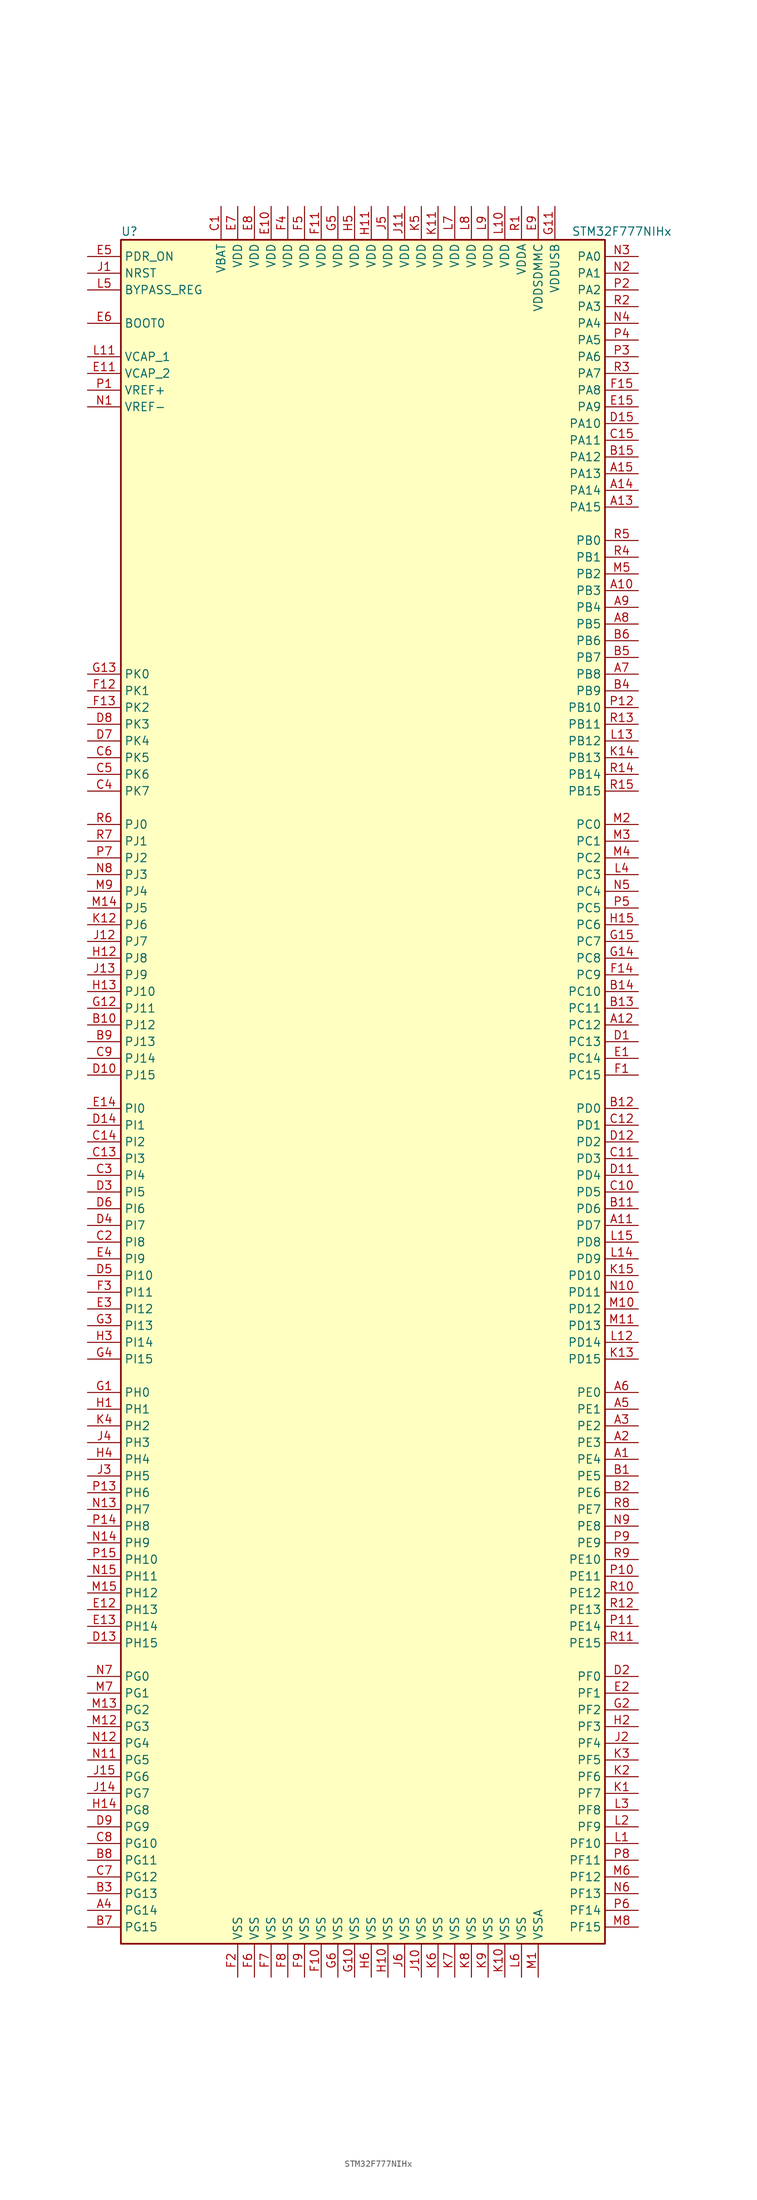
<source format=kicad_sym>
(kicad_symbol_lib
  (version 20201005)
  (generator kicad_symbol_editor)
  (symbol "STM32F777NIHx"
    (property "Reference" "U"
      (at -38.1 130.81 0)
      (effects (font (size 1.27 1.27)) (justify left)))
    (property "Value" "STM32F777NIHx"
      (at 30.48 130.81 0)
      (effects (font (size 1.27 1.27)) (justify left)))
    (symbol "STM32F777NIHx_0_1"
      (rectangle (start -38.1 -129.54) (end 35.56 129.54) (stroke (width 0.254)) (fill (type background))))
    (symbol "STM32F777NIHx_1_1"
      (pin bidirectional line (at 40.64 -55.88 180) (length 5.08) (name "PE4" (effects (font (size 1.27 1.27)))) (number "A1" (effects (font (size 1.27 1.27)))))
      (pin bidirectional line (at 40.64 76.2 180) (length 5.08) (name "PB3" (effects (font (size 1.27 1.27)))) (number "A10" (effects (font (size 1.27 1.27)))))
      (pin bidirectional line (at 40.64 -20.32 180) (length 5.08) (name "PD7" (effects (font (size 1.27 1.27)))) (number "A11" (effects (font (size 1.27 1.27)))))
      (pin bidirectional line (at 40.64 10.16 180) (length 5.08) (name "PC12" (effects (font (size 1.27 1.27)))) (number "A12" (effects (font (size 1.27 1.27)))))
      (pin bidirectional line (at 40.64 88.9 180) (length 5.08) (name "PA15" (effects (font (size 1.27 1.27)))) (number "A13" (effects (font (size 1.27 1.27)))))
      (pin bidirectional line (at 40.64 91.44 180) (length 5.08) (name "PA14" (effects (font (size 1.27 1.27)))) (number "A14" (effects (font (size 1.27 1.27)))))
      (pin bidirectional line (at 40.64 93.98 180) (length 5.08) (name "PA13" (effects (font (size 1.27 1.27)))) (number "A15" (effects (font (size 1.27 1.27)))))
      (pin bidirectional line (at 40.64 -53.34 180) (length 5.08) (name "PE3" (effects (font (size 1.27 1.27)))) (number "A2" (effects (font (size 1.27 1.27)))))
      (pin bidirectional line (at 40.64 -50.8 180) (length 5.08) (name "PE2" (effects (font (size 1.27 1.27)))) (number "A3" (effects (font (size 1.27 1.27)))))
      (pin bidirectional line (at -43.18 -124.46 0) (length 5.08) (name "PG14" (effects (font (size 1.27 1.27)))) (number "A4" (effects (font (size 1.27 1.27)))))
      (pin bidirectional line (at 40.64 -48.26 180) (length 5.08) (name "PE1" (effects (font (size 1.27 1.27)))) (number "A5" (effects (font (size 1.27 1.27)))))
      (pin bidirectional line (at 40.64 -45.72 180) (length 5.08) (name "PE0" (effects (font (size 1.27 1.27)))) (number "A6" (effects (font (size 1.27 1.27)))))
      (pin bidirectional line (at 40.64 63.5 180) (length 5.08) (name "PB8" (effects (font (size 1.27 1.27)))) (number "A7" (effects (font (size 1.27 1.27)))))
      (pin bidirectional line (at 40.64 71.12 180) (length 5.08) (name "PB5" (effects (font (size 1.27 1.27)))) (number "A8" (effects (font (size 1.27 1.27)))))
      (pin bidirectional line (at 40.64 73.66 180) (length 5.08) (name "PB4" (effects (font (size 1.27 1.27)))) (number "A9" (effects (font (size 1.27 1.27)))))
      (pin bidirectional line (at 40.64 -58.42 180) (length 5.08) (name "PE5" (effects (font (size 1.27 1.27)))) (number "B1" (effects (font (size 1.27 1.27)))))
      (pin bidirectional line (at -43.18 10.16 0) (length 5.08) (name "PJ12" (effects (font (size 1.27 1.27)))) (number "B10" (effects (font (size 1.27 1.27)))))
      (pin bidirectional line (at 40.64 -17.78 180) (length 5.08) (name "PD6" (effects (font (size 1.27 1.27)))) (number "B11" (effects (font (size 1.27 1.27)))))
      (pin bidirectional line (at 40.64 -2.54 180) (length 5.08) (name "PD0" (effects (font (size 1.27 1.27)))) (number "B12" (effects (font (size 1.27 1.27)))))
      (pin bidirectional line (at 40.64 12.7 180) (length 5.08) (name "PC11" (effects (font (size 1.27 1.27)))) (number "B13" (effects (font (size 1.27 1.27)))))
      (pin bidirectional line (at 40.64 15.24 180) (length 5.08) (name "PC10" (effects (font (size 1.27 1.27)))) (number "B14" (effects (font (size 1.27 1.27)))))
      (pin bidirectional line (at 40.64 96.52 180) (length 5.08) (name "PA12" (effects (font (size 1.27 1.27)))) (number "B15" (effects (font (size 1.27 1.27)))))
      (pin bidirectional line (at 40.64 -60.96 180) (length 5.08) (name "PE6" (effects (font (size 1.27 1.27)))) (number "B2" (effects (font (size 1.27 1.27)))))
      (pin bidirectional line (at -43.18 -121.92 0) (length 5.08) (name "PG13" (effects (font (size 1.27 1.27)))) (number "B3" (effects (font (size 1.27 1.27)))))
      (pin bidirectional line (at 40.64 60.96 180) (length 5.08) (name "PB9" (effects (font (size 1.27 1.27)))) (number "B4" (effects (font (size 1.27 1.27)))))
      (pin bidirectional line (at 40.64 66.04 180) (length 5.08) (name "PB7" (effects (font (size 1.27 1.27)))) (number "B5" (effects (font (size 1.27 1.27)))))
      (pin bidirectional line (at 40.64 68.58 180) (length 5.08) (name "PB6" (effects (font (size 1.27 1.27)))) (number "B6" (effects (font (size 1.27 1.27)))))
      (pin bidirectional line (at -43.18 -127 0) (length 5.08) (name "PG15" (effects (font (size 1.27 1.27)))) (number "B7" (effects (font (size 1.27 1.27)))))
      (pin bidirectional line (at -43.18 -116.84 0) (length 5.08) (name "PG11" (effects (font (size 1.27 1.27)))) (number "B8" (effects (font (size 1.27 1.27)))))
      (pin bidirectional line (at -43.18 7.62 0) (length 5.08) (name "PJ13" (effects (font (size 1.27 1.27)))) (number "B9" (effects (font (size 1.27 1.27)))))
      (pin power_in line (at -22.86 134.62 270) (length 5.08) (name "VBAT" (effects (font (size 1.27 1.27)))) (number "C1" (effects (font (size 1.27 1.27)))))
      (pin bidirectional line (at 40.64 -15.24 180) (length 5.08) (name "PD5" (effects (font (size 1.27 1.27)))) (number "C10" (effects (font (size 1.27 1.27)))))
      (pin bidirectional line (at 40.64 -10.16 180) (length 5.08) (name "PD3" (effects (font (size 1.27 1.27)))) (number "C11" (effects (font (size 1.27 1.27)))))
      (pin bidirectional line (at 40.64 -5.08 180) (length 5.08) (name "PD1" (effects (font (size 1.27 1.27)))) (number "C12" (effects (font (size 1.27 1.27)))))
      (pin bidirectional line (at -43.18 -10.16 0) (length 5.08) (name "PI3" (effects (font (size 1.27 1.27)))) (number "C13" (effects (font (size 1.27 1.27)))))
      (pin bidirectional line (at -43.18 -7.62 0) (length 5.08) (name "PI2" (effects (font (size 1.27 1.27)))) (number "C14" (effects (font (size 1.27 1.27)))))
      (pin bidirectional line (at 40.64 99.06 180) (length 5.08) (name "PA11" (effects (font (size 1.27 1.27)))) (number "C15" (effects (font (size 1.27 1.27)))))
      (pin bidirectional line (at -43.18 -22.86 0) (length 5.08) (name "PI8" (effects (font (size 1.27 1.27)))) (number "C2" (effects (font (size 1.27 1.27)))))
      (pin bidirectional line (at -43.18 -12.7 0) (length 5.08) (name "PI4" (effects (font (size 1.27 1.27)))) (number "C3" (effects (font (size 1.27 1.27)))))
      (pin bidirectional line (at -43.18 45.72 0) (length 5.08) (name "PK7" (effects (font (size 1.27 1.27)))) (number "C4" (effects (font (size 1.27 1.27)))))
      (pin bidirectional line (at -43.18 48.26 0) (length 5.08) (name "PK6" (effects (font (size 1.27 1.27)))) (number "C5" (effects (font (size 1.27 1.27)))))
      (pin bidirectional line (at -43.18 50.8 0) (length 5.08) (name "PK5" (effects (font (size 1.27 1.27)))) (number "C6" (effects (font (size 1.27 1.27)))))
      (pin bidirectional line (at -43.18 -119.38 0) (length 5.08) (name "PG12" (effects (font (size 1.27 1.27)))) (number "C7" (effects (font (size 1.27 1.27)))))
      (pin bidirectional line (at -43.18 -114.3 0) (length 5.08) (name "PG10" (effects (font (size 1.27 1.27)))) (number "C8" (effects (font (size 1.27 1.27)))))
      (pin bidirectional line (at -43.18 5.08 0) (length 5.08) (name "PJ14" (effects (font (size 1.27 1.27)))) (number "C9" (effects (font (size 1.27 1.27)))))
      (pin bidirectional line (at 40.64 7.62 180) (length 5.08) (name "PC13" (effects (font (size 1.27 1.27)))) (number "D1" (effects (font (size 1.27 1.27)))))
      (pin bidirectional line (at -43.18 2.54 0) (length 5.08) (name "PJ15" (effects (font (size 1.27 1.27)))) (number "D10" (effects (font (size 1.27 1.27)))))
      (pin bidirectional line (at 40.64 -12.7 180) (length 5.08) (name "PD4" (effects (font (size 1.27 1.27)))) (number "D11" (effects (font (size 1.27 1.27)))))
      (pin bidirectional line (at 40.64 -7.62 180) (length 5.08) (name "PD2" (effects (font (size 1.27 1.27)))) (number "D12" (effects (font (size 1.27 1.27)))))
      (pin bidirectional line (at -43.18 -83.82 0) (length 5.08) (name "PH15" (effects (font (size 1.27 1.27)))) (number "D13" (effects (font (size 1.27 1.27)))))
      (pin bidirectional line (at -43.18 -5.08 0) (length 5.08) (name "PI1" (effects (font (size 1.27 1.27)))) (number "D14" (effects (font (size 1.27 1.27)))))
      (pin bidirectional line (at 40.64 101.6 180) (length 5.08) (name "PA10" (effects (font (size 1.27 1.27)))) (number "D15" (effects (font (size 1.27 1.27)))))
      (pin bidirectional line (at 40.64 -88.9 180) (length 5.08) (name "PF0" (effects (font (size 1.27 1.27)))) (number "D2" (effects (font (size 1.27 1.27)))))
      (pin bidirectional line (at -43.18 -15.24 0) (length 5.08) (name "PI5" (effects (font (size 1.27 1.27)))) (number "D3" (effects (font (size 1.27 1.27)))))
      (pin bidirectional line (at -43.18 -20.32 0) (length 5.08) (name "PI7" (effects (font (size 1.27 1.27)))) (number "D4" (effects (font (size 1.27 1.27)))))
      (pin bidirectional line (at -43.18 -27.94 0) (length 5.08) (name "PI10" (effects (font (size 1.27 1.27)))) (number "D5" (effects (font (size 1.27 1.27)))))
      (pin bidirectional line (at -43.18 -17.78 0) (length 5.08) (name "PI6" (effects (font (size 1.27 1.27)))) (number "D6" (effects (font (size 1.27 1.27)))))
      (pin bidirectional line (at -43.18 53.34 0) (length 5.08) (name "PK4" (effects (font (size 1.27 1.27)))) (number "D7" (effects (font (size 1.27 1.27)))))
      (pin bidirectional line (at -43.18 55.88 0) (length 5.08) (name "PK3" (effects (font (size 1.27 1.27)))) (number "D8" (effects (font (size 1.27 1.27)))))
      (pin bidirectional line (at -43.18 -111.76 0) (length 5.08) (name "PG9" (effects (font (size 1.27 1.27)))) (number "D9" (effects (font (size 1.27 1.27)))))
      (pin bidirectional line (at 40.64 5.08 180) (length 5.08) (name "PC14" (effects (font (size 1.27 1.27)))) (number "E1" (effects (font (size 1.27 1.27)))))
      (pin power_in line (at -15.24 134.62 270) (length 5.08) (name "VDD" (effects (font (size 1.27 1.27)))) (number "E10" (effects (font (size 1.27 1.27)))))
      (pin power_in line (at -43.18 109.22 0) (length 5.08) (name "VCAP_2" (effects (font (size 1.27 1.27)))) (number "E11" (effects (font (size 1.27 1.27)))))
      (pin bidirectional line (at -43.18 -78.74 0) (length 5.08) (name "PH13" (effects (font (size 1.27 1.27)))) (number "E12" (effects (font (size 1.27 1.27)))))
      (pin bidirectional line (at -43.18 -81.28 0) (length 5.08) (name "PH14" (effects (font (size 1.27 1.27)))) (number "E13" (effects (font (size 1.27 1.27)))))
      (pin bidirectional line (at -43.18 -2.54 0) (length 5.08) (name "PI0" (effects (font (size 1.27 1.27)))) (number "E14" (effects (font (size 1.27 1.27)))))
      (pin bidirectional line (at 40.64 104.14 180) (length 5.08) (name "PA9" (effects (font (size 1.27 1.27)))) (number "E15" (effects (font (size 1.27 1.27)))))
      (pin bidirectional line (at 40.64 -91.44 180) (length 5.08) (name "PF1" (effects (font (size 1.27 1.27)))) (number "E2" (effects (font (size 1.27 1.27)))))
      (pin bidirectional line (at -43.18 -33.02 0) (length 5.08) (name "PI12" (effects (font (size 1.27 1.27)))) (number "E3" (effects (font (size 1.27 1.27)))))
      (pin bidirectional line (at -43.18 -25.4 0) (length 5.08) (name "PI9" (effects (font (size 1.27 1.27)))) (number "E4" (effects (font (size 1.27 1.27)))))
      (pin input line (at -43.18 127 0) (length 5.08) (name "PDR_ON" (effects (font (size 1.27 1.27)))) (number "E5" (effects (font (size 1.27 1.27)))))
      (pin input line (at -43.18 116.84 0) (length 5.08) (name "BOOT0" (effects (font (size 1.27 1.27)))) (number "E6" (effects (font (size 1.27 1.27)))))
      (pin power_in line (at -20.32 134.62 270) (length 5.08) (name "VDD" (effects (font (size 1.27 1.27)))) (number "E7" (effects (font (size 1.27 1.27)))))
      (pin power_in line (at -17.78 134.62 270) (length 5.08) (name "VDD" (effects (font (size 1.27 1.27)))) (number "E8" (effects (font (size 1.27 1.27)))))
      (pin power_in line (at 25.4 134.62 270) (length 5.08) (name "VDDSDMMC" (effects (font (size 1.27 1.27)))) (number "E9" (effects (font (size 1.27 1.27)))))
      (pin bidirectional line (at 40.64 2.54 180) (length 5.08) (name "PC15" (effects (font (size 1.27 1.27)))) (number "F1" (effects (font (size 1.27 1.27)))))
      (pin power_in line (at -7.62 -134.62 90) (length 5.08) (name "VSS" (effects (font (size 1.27 1.27)))) (number "F10" (effects (font (size 1.27 1.27)))))
      (pin power_in line (at -7.62 134.62 270) (length 5.08) (name "VDD" (effects (font (size 1.27 1.27)))) (number "F11" (effects (font (size 1.27 1.27)))))
      (pin bidirectional line (at -43.18 60.96 0) (length 5.08) (name "PK1" (effects (font (size 1.27 1.27)))) (number "F12" (effects (font (size 1.27 1.27)))))
      (pin bidirectional line (at -43.18 58.42 0) (length 5.08) (name "PK2" (effects (font (size 1.27 1.27)))) (number "F13" (effects (font (size 1.27 1.27)))))
      (pin bidirectional line (at 40.64 17.78 180) (length 5.08) (name "PC9" (effects (font (size 1.27 1.27)))) (number "F14" (effects (font (size 1.27 1.27)))))
      (pin bidirectional line (at 40.64 106.68 180) (length 5.08) (name "PA8" (effects (font (size 1.27 1.27)))) (number "F15" (effects (font (size 1.27 1.27)))))
      (pin power_in line (at -20.32 -134.62 90) (length 5.08) (name "VSS" (effects (font (size 1.27 1.27)))) (number "F2" (effects (font (size 1.27 1.27)))))
      (pin bidirectional line (at -43.18 -30.48 0) (length 5.08) (name "PI11" (effects (font (size 1.27 1.27)))) (number "F3" (effects (font (size 1.27 1.27)))))
      (pin power_in line (at -12.7 134.62 270) (length 5.08) (name "VDD" (effects (font (size 1.27 1.27)))) (number "F4" (effects (font (size 1.27 1.27)))))
      (pin power_in line (at -10.16 134.62 270) (length 5.08) (name "VDD" (effects (font (size 1.27 1.27)))) (number "F5" (effects (font (size 1.27 1.27)))))
      (pin power_in line (at -17.78 -134.62 90) (length 5.08) (name "VSS" (effects (font (size 1.27 1.27)))) (number "F6" (effects (font (size 1.27 1.27)))))
      (pin power_in line (at -15.24 -134.62 90) (length 5.08) (name "VSS" (effects (font (size 1.27 1.27)))) (number "F7" (effects (font (size 1.27 1.27)))))
      (pin power_in line (at -12.7 -134.62 90) (length 5.08) (name "VSS" (effects (font (size 1.27 1.27)))) (number "F8" (effects (font (size 1.27 1.27)))))
      (pin power_in line (at -10.16 -134.62 90) (length 5.08) (name "VSS" (effects (font (size 1.27 1.27)))) (number "F9" (effects (font (size 1.27 1.27)))))
      (pin input line (at -43.18 -45.72 0) (length 5.08) (name "PH0" (effects (font (size 1.27 1.27)))) (number "G1" (effects (font (size 1.27 1.27)))))
      (pin power_in line (at -2.54 -134.62 90) (length 5.08) (name "VSS" (effects (font (size 1.27 1.27)))) (number "G10" (effects (font (size 1.27 1.27)))))
      (pin power_in line (at 27.94 134.62 270) (length 5.08) (name "VDDUSB" (effects (font (size 1.27 1.27)))) (number "G11" (effects (font (size 1.27 1.27)))))
      (pin bidirectional line (at -43.18 12.7 0) (length 5.08) (name "PJ11" (effects (font (size 1.27 1.27)))) (number "G12" (effects (font (size 1.27 1.27)))))
      (pin bidirectional line (at -43.18 63.5 0) (length 5.08) (name "PK0" (effects (font (size 1.27 1.27)))) (number "G13" (effects (font (size 1.27 1.27)))))
      (pin bidirectional line (at 40.64 20.32 180) (length 5.08) (name "PC8" (effects (font (size 1.27 1.27)))) (number "G14" (effects (font (size 1.27 1.27)))))
      (pin bidirectional line (at 40.64 22.86 180) (length 5.08) (name "PC7" (effects (font (size 1.27 1.27)))) (number "G15" (effects (font (size 1.27 1.27)))))
      (pin bidirectional line (at 40.64 -93.98 180) (length 5.08) (name "PF2" (effects (font (size 1.27 1.27)))) (number "G2" (effects (font (size 1.27 1.27)))))
      (pin bidirectional line (at -43.18 -35.56 0) (length 5.08) (name "PI13" (effects (font (size 1.27 1.27)))) (number "G3" (effects (font (size 1.27 1.27)))))
      (pin bidirectional line (at -43.18 -40.64 0) (length 5.08) (name "PI15" (effects (font (size 1.27 1.27)))) (number "G4" (effects (font (size 1.27 1.27)))))
      (pin power_in line (at -5.08 134.62 270) (length 5.08) (name "VDD" (effects (font (size 1.27 1.27)))) (number "G5" (effects (font (size 1.27 1.27)))))
      (pin power_in line (at -5.08 -134.62 90) (length 5.08) (name "VSS" (effects (font (size 1.27 1.27)))) (number "G6" (effects (font (size 1.27 1.27)))))
      (pin input line (at -43.18 -48.26 0) (length 5.08) (name "PH1" (effects (font (size 1.27 1.27)))) (number "H1" (effects (font (size 1.27 1.27)))))
      (pin power_in line (at 2.54 -134.62 90) (length 5.08) (name "VSS" (effects (font (size 1.27 1.27)))) (number "H10" (effects (font (size 1.27 1.27)))))
      (pin power_in line (at 0 134.62 270) (length 5.08) (name "VDD" (effects (font (size 1.27 1.27)))) (number "H11" (effects (font (size 1.27 1.27)))))
      (pin bidirectional line (at -43.18 20.32 0) (length 5.08) (name "PJ8" (effects (font (size 1.27 1.27)))) (number "H12" (effects (font (size 1.27 1.27)))))
      (pin bidirectional line (at -43.18 15.24 0) (length 5.08) (name "PJ10" (effects (font (size 1.27 1.27)))) (number "H13" (effects (font (size 1.27 1.27)))))
      (pin bidirectional line (at -43.18 -109.22 0) (length 5.08) (name "PG8" (effects (font (size 1.27 1.27)))) (number "H14" (effects (font (size 1.27 1.27)))))
      (pin bidirectional line (at 40.64 25.4 180) (length 5.08) (name "PC6" (effects (font (size 1.27 1.27)))) (number "H15" (effects (font (size 1.27 1.27)))))
      (pin bidirectional line (at 40.64 -96.52 180) (length 5.08) (name "PF3" (effects (font (size 1.27 1.27)))) (number "H2" (effects (font (size 1.27 1.27)))))
      (pin bidirectional line (at -43.18 -38.1 0) (length 5.08) (name "PI14" (effects (font (size 1.27 1.27)))) (number "H3" (effects (font (size 1.27 1.27)))))
      (pin bidirectional line (at -43.18 -55.88 0) (length 5.08) (name "PH4" (effects (font (size 1.27 1.27)))) (number "H4" (effects (font (size 1.27 1.27)))))
      (pin power_in line (at -2.54 134.62 270) (length 5.08) (name "VDD" (effects (font (size 1.27 1.27)))) (number "H5" (effects (font (size 1.27 1.27)))))
      (pin power_in line (at 0 -134.62 90) (length 5.08) (name "VSS" (effects (font (size 1.27 1.27)))) (number "H6" (effects (font (size 1.27 1.27)))))
      (pin input line (at -43.18 124.46 0) (length 5.08) (name "NRST" (effects (font (size 1.27 1.27)))) (number "J1" (effects (font (size 1.27 1.27)))))
      (pin power_in line (at 7.62 -134.62 90) (length 5.08) (name "VSS" (effects (font (size 1.27 1.27)))) (number "J10" (effects (font (size 1.27 1.27)))))
      (pin power_in line (at 5.08 134.62 270) (length 5.08) (name "VDD" (effects (font (size 1.27 1.27)))) (number "J11" (effects (font (size 1.27 1.27)))))
      (pin bidirectional line (at -43.18 22.86 0) (length 5.08) (name "PJ7" (effects (font (size 1.27 1.27)))) (number "J12" (effects (font (size 1.27 1.27)))))
      (pin bidirectional line (at -43.18 17.78 0) (length 5.08) (name "PJ9" (effects (font (size 1.27 1.27)))) (number "J13" (effects (font (size 1.27 1.27)))))
      (pin bidirectional line (at -43.18 -106.68 0) (length 5.08) (name "PG7" (effects (font (size 1.27 1.27)))) (number "J14" (effects (font (size 1.27 1.27)))))
      (pin bidirectional line (at -43.18 -104.14 0) (length 5.08) (name "PG6" (effects (font (size 1.27 1.27)))) (number "J15" (effects (font (size 1.27 1.27)))))
      (pin bidirectional line (at 40.64 -99.06 180) (length 5.08) (name "PF4" (effects (font (size 1.27 1.27)))) (number "J2" (effects (font (size 1.27 1.27)))))
      (pin bidirectional line (at -43.18 -58.42 0) (length 5.08) (name "PH5" (effects (font (size 1.27 1.27)))) (number "J3" (effects (font (size 1.27 1.27)))))
      (pin bidirectional line (at -43.18 -53.34 0) (length 5.08) (name "PH3" (effects (font (size 1.27 1.27)))) (number "J4" (effects (font (size 1.27 1.27)))))
      (pin power_in line (at 2.54 134.62 270) (length 5.08) (name "VDD" (effects (font (size 1.27 1.27)))) (number "J5" (effects (font (size 1.27 1.27)))))
      (pin power_in line (at 5.08 -134.62 90) (length 5.08) (name "VSS" (effects (font (size 1.27 1.27)))) (number "J6" (effects (font (size 1.27 1.27)))))
      (pin bidirectional line (at 40.64 -106.68 180) (length 5.08) (name "PF7" (effects (font (size 1.27 1.27)))) (number "K1" (effects (font (size 1.27 1.27)))))
      (pin power_in line (at 20.32 -134.62 90) (length 5.08) (name "VSS" (effects (font (size 1.27 1.27)))) (number "K10" (effects (font (size 1.27 1.27)))))
      (pin power_in line (at 10.16 134.62 270) (length 5.08) (name "VDD" (effects (font (size 1.27 1.27)))) (number "K11" (effects (font (size 1.27 1.27)))))
      (pin bidirectional line (at -43.18 25.4 0) (length 5.08) (name "PJ6" (effects (font (size 1.27 1.27)))) (number "K12" (effects (font (size 1.27 1.27)))))
      (pin bidirectional line (at 40.64 -40.64 180) (length 5.08) (name "PD15" (effects (font (size 1.27 1.27)))) (number "K13" (effects (font (size 1.27 1.27)))))
      (pin bidirectional line (at 40.64 50.8 180) (length 5.08) (name "PB13" (effects (font (size 1.27 1.27)))) (number "K14" (effects (font (size 1.27 1.27)))))
      (pin bidirectional line (at 40.64 -27.94 180) (length 5.08) (name "PD10" (effects (font (size 1.27 1.27)))) (number "K15" (effects (font (size 1.27 1.27)))))
      (pin bidirectional line (at 40.64 -104.14 180) (length 5.08) (name "PF6" (effects (font (size 1.27 1.27)))) (number "K2" (effects (font (size 1.27 1.27)))))
      (pin bidirectional line (at 40.64 -101.6 180) (length 5.08) (name "PF5" (effects (font (size 1.27 1.27)))) (number "K3" (effects (font (size 1.27 1.27)))))
      (pin bidirectional line (at -43.18 -50.8 0) (length 5.08) (name "PH2" (effects (font (size 1.27 1.27)))) (number "K4" (effects (font (size 1.27 1.27)))))
      (pin power_in line (at 7.62 134.62 270) (length 5.08) (name "VDD" (effects (font (size 1.27 1.27)))) (number "K5" (effects (font (size 1.27 1.27)))))
      (pin power_in line (at 10.16 -134.62 90) (length 5.08) (name "VSS" (effects (font (size 1.27 1.27)))) (number "K6" (effects (font (size 1.27 1.27)))))
      (pin power_in line (at 12.7 -134.62 90) (length 5.08) (name "VSS" (effects (font (size 1.27 1.27)))) (number "K7" (effects (font (size 1.27 1.27)))))
      (pin power_in line (at 15.24 -134.62 90) (length 5.08) (name "VSS" (effects (font (size 1.27 1.27)))) (number "K8" (effects (font (size 1.27 1.27)))))
      (pin power_in line (at 17.78 -134.62 90) (length 5.08) (name "VSS" (effects (font (size 1.27 1.27)))) (number "K9" (effects (font (size 1.27 1.27)))))
      (pin bidirectional line (at 40.64 -114.3 180) (length 5.08) (name "PF10" (effects (font (size 1.27 1.27)))) (number "L1" (effects (font (size 1.27 1.27)))))
      (pin power_in line (at 20.32 134.62 270) (length 5.08) (name "VDD" (effects (font (size 1.27 1.27)))) (number "L10" (effects (font (size 1.27 1.27)))))
      (pin power_in line (at -43.18 111.76 0) (length 5.08) (name "VCAP_1" (effects (font (size 1.27 1.27)))) (number "L11" (effects (font (size 1.27 1.27)))))
      (pin bidirectional line (at 40.64 -38.1 180) (length 5.08) (name "PD14" (effects (font (size 1.27 1.27)))) (number "L12" (effects (font (size 1.27 1.27)))))
      (pin bidirectional line (at 40.64 53.34 180) (length 5.08) (name "PB12" (effects (font (size 1.27 1.27)))) (number "L13" (effects (font (size 1.27 1.27)))))
      (pin bidirectional line (at 40.64 -25.4 180) (length 5.08) (name "PD9" (effects (font (size 1.27 1.27)))) (number "L14" (effects (font (size 1.27 1.27)))))
      (pin bidirectional line (at 40.64 -22.86 180) (length 5.08) (name "PD8" (effects (font (size 1.27 1.27)))) (number "L15" (effects (font (size 1.27 1.27)))))
      (pin bidirectional line (at 40.64 -111.76 180) (length 5.08) (name "PF9" (effects (font (size 1.27 1.27)))) (number "L2" (effects (font (size 1.27 1.27)))))
      (pin bidirectional line (at 40.64 -109.22 180) (length 5.08) (name "PF8" (effects (font (size 1.27 1.27)))) (number "L3" (effects (font (size 1.27 1.27)))))
      (pin bidirectional line (at 40.64 33.02 180) (length 5.08) (name "PC3" (effects (font (size 1.27 1.27)))) (number "L4" (effects (font (size 1.27 1.27)))))
      (pin input line (at -43.18 121.92 0) (length 5.08) (name "BYPASS_REG" (effects (font (size 1.27 1.27)))) (number "L5" (effects (font (size 1.27 1.27)))))
      (pin power_in line (at 22.86 -134.62 90) (length 5.08) (name "VSS" (effects (font (size 1.27 1.27)))) (number "L6" (effects (font (size 1.27 1.27)))))
      (pin power_in line (at 12.7 134.62 270) (length 5.08) (name "VDD" (effects (font (size 1.27 1.27)))) (number "L7" (effects (font (size 1.27 1.27)))))
      (pin power_in line (at 15.24 134.62 270) (length 5.08) (name "VDD" (effects (font (size 1.27 1.27)))) (number "L8" (effects (font (size 1.27 1.27)))))
      (pin power_in line (at 17.78 134.62 270) (length 5.08) (name "VDD" (effects (font (size 1.27 1.27)))) (number "L9" (effects (font (size 1.27 1.27)))))
      (pin power_in line (at 25.4 -134.62 90) (length 5.08) (name "VSSA" (effects (font (size 1.27 1.27)))) (number "M1" (effects (font (size 1.27 1.27)))))
      (pin bidirectional line (at 40.64 -33.02 180) (length 5.08) (name "PD12" (effects (font (size 1.27 1.27)))) (number "M10" (effects (font (size 1.27 1.27)))))
      (pin bidirectional line (at 40.64 -35.56 180) (length 5.08) (name "PD13" (effects (font (size 1.27 1.27)))) (number "M11" (effects (font (size 1.27 1.27)))))
      (pin bidirectional line (at -43.18 -96.52 0) (length 5.08) (name "PG3" (effects (font (size 1.27 1.27)))) (number "M12" (effects (font (size 1.27 1.27)))))
      (pin bidirectional line (at -43.18 -93.98 0) (length 5.08) (name "PG2" (effects (font (size 1.27 1.27)))) (number "M13" (effects (font (size 1.27 1.27)))))
      (pin bidirectional line (at -43.18 27.94 0) (length 5.08) (name "PJ5" (effects (font (size 1.27 1.27)))) (number "M14" (effects (font (size 1.27 1.27)))))
      (pin bidirectional line (at -43.18 -76.2 0) (length 5.08) (name "PH12" (effects (font (size 1.27 1.27)))) (number "M15" (effects (font (size 1.27 1.27)))))
      (pin bidirectional line (at 40.64 40.64 180) (length 5.08) (name "PC0" (effects (font (size 1.27 1.27)))) (number "M2" (effects (font (size 1.27 1.27)))))
      (pin bidirectional line (at 40.64 38.1 180) (length 5.08) (name "PC1" (effects (font (size 1.27 1.27)))) (number "M3" (effects (font (size 1.27 1.27)))))
      (pin bidirectional line (at 40.64 35.56 180) (length 5.08) (name "PC2" (effects (font (size 1.27 1.27)))) (number "M4" (effects (font (size 1.27 1.27)))))
      (pin bidirectional line (at 40.64 78.74 180) (length 5.08) (name "PB2" (effects (font (size 1.27 1.27)))) (number "M5" (effects (font (size 1.27 1.27)))))
      (pin bidirectional line (at 40.64 -119.38 180) (length 5.08) (name "PF12" (effects (font (size 1.27 1.27)))) (number "M6" (effects (font (size 1.27 1.27)))))
      (pin bidirectional line (at -43.18 -91.44 0) (length 5.08) (name "PG1" (effects (font (size 1.27 1.27)))) (number "M7" (effects (font (size 1.27 1.27)))))
      (pin bidirectional line (at 40.64 -127 180) (length 5.08) (name "PF15" (effects (font (size 1.27 1.27)))) (number "M8" (effects (font (size 1.27 1.27)))))
      (pin bidirectional line (at -43.18 30.48 0) (length 5.08) (name "PJ4" (effects (font (size 1.27 1.27)))) (number "M9" (effects (font (size 1.27 1.27)))))
      (pin power_in line (at -43.18 104.14 0) (length 5.08) (name "VREF-" (effects (font (size 1.27 1.27)))) (number "N1" (effects (font (size 1.27 1.27)))))
      (pin bidirectional line (at 40.64 -30.48 180) (length 5.08) (name "PD11" (effects (font (size 1.27 1.27)))) (number "N10" (effects (font (size 1.27 1.27)))))
      (pin bidirectional line (at -43.18 -101.6 0) (length 5.08) (name "PG5" (effects (font (size 1.27 1.27)))) (number "N11" (effects (font (size 1.27 1.27)))))
      (pin bidirectional line (at -43.18 -99.06 0) (length 5.08) (name "PG4" (effects (font (size 1.27 1.27)))) (number "N12" (effects (font (size 1.27 1.27)))))
      (pin bidirectional line (at -43.18 -63.5 0) (length 5.08) (name "PH7" (effects (font (size 1.27 1.27)))) (number "N13" (effects (font (size 1.27 1.27)))))
      (pin bidirectional line (at -43.18 -68.58 0) (length 5.08) (name "PH9" (effects (font (size 1.27 1.27)))) (number "N14" (effects (font (size 1.27 1.27)))))
      (pin bidirectional line (at -43.18 -73.66 0) (length 5.08) (name "PH11" (effects (font (size 1.27 1.27)))) (number "N15" (effects (font (size 1.27 1.27)))))
      (pin bidirectional line (at 40.64 124.46 180) (length 5.08) (name "PA1" (effects (font (size 1.27 1.27)))) (number "N2" (effects (font (size 1.27 1.27)))))
      (pin bidirectional line (at 40.64 127 180) (length 5.08) (name "PA0" (effects (font (size 1.27 1.27)))) (number "N3" (effects (font (size 1.27 1.27)))))
      (pin bidirectional line (at 40.64 116.84 180) (length 5.08) (name "PA4" (effects (font (size 1.27 1.27)))) (number "N4" (effects (font (size 1.27 1.27)))))
      (pin bidirectional line (at 40.64 30.48 180) (length 5.08) (name "PC4" (effects (font (size 1.27 1.27)))) (number "N5" (effects (font (size 1.27 1.27)))))
      (pin bidirectional line (at 40.64 -121.92 180) (length 5.08) (name "PF13" (effects (font (size 1.27 1.27)))) (number "N6" (effects (font (size 1.27 1.27)))))
      (pin bidirectional line (at -43.18 -88.9 0) (length 5.08) (name "PG0" (effects (font (size 1.27 1.27)))) (number "N7" (effects (font (size 1.27 1.27)))))
      (pin bidirectional line (at -43.18 33.02 0) (length 5.08) (name "PJ3" (effects (font (size 1.27 1.27)))) (number "N8" (effects (font (size 1.27 1.27)))))
      (pin bidirectional line (at 40.64 -66.04 180) (length 5.08) (name "PE8" (effects (font (size 1.27 1.27)))) (number "N9" (effects (font (size 1.27 1.27)))))
      (pin power_in line (at -43.18 106.68 0) (length 5.08) (name "VREF+" (effects (font (size 1.27 1.27)))) (number "P1" (effects (font (size 1.27 1.27)))))
      (pin bidirectional line (at 40.64 -73.66 180) (length 5.08) (name "PE11" (effects (font (size 1.27 1.27)))) (number "P10" (effects (font (size 1.27 1.27)))))
      (pin bidirectional line (at 40.64 -81.28 180) (length 5.08) (name "PE14" (effects (font (size 1.27 1.27)))) (number "P11" (effects (font (size 1.27 1.27)))))
      (pin bidirectional line (at 40.64 58.42 180) (length 5.08) (name "PB10" (effects (font (size 1.27 1.27)))) (number "P12" (effects (font (size 1.27 1.27)))))
      (pin bidirectional line (at -43.18 -60.96 0) (length 5.08) (name "PH6" (effects (font (size 1.27 1.27)))) (number "P13" (effects (font (size 1.27 1.27)))))
      (pin bidirectional line (at -43.18 -66.04 0) (length 5.08) (name "PH8" (effects (font (size 1.27 1.27)))) (number "P14" (effects (font (size 1.27 1.27)))))
      (pin bidirectional line (at -43.18 -71.12 0) (length 5.08) (name "PH10" (effects (font (size 1.27 1.27)))) (number "P15" (effects (font (size 1.27 1.27)))))
      (pin bidirectional line (at 40.64 121.92 180) (length 5.08) (name "PA2" (effects (font (size 1.27 1.27)))) (number "P2" (effects (font (size 1.27 1.27)))))
      (pin bidirectional line (at 40.64 111.76 180) (length 5.08) (name "PA6" (effects (font (size 1.27 1.27)))) (number "P3" (effects (font (size 1.27 1.27)))))
      (pin bidirectional line (at 40.64 114.3 180) (length 5.08) (name "PA5" (effects (font (size 1.27 1.27)))) (number "P4" (effects (font (size 1.27 1.27)))))
      (pin bidirectional line (at 40.64 27.94 180) (length 5.08) (name "PC5" (effects (font (size 1.27 1.27)))) (number "P5" (effects (font (size 1.27 1.27)))))
      (pin bidirectional line (at 40.64 -124.46 180) (length 5.08) (name "PF14" (effects (font (size 1.27 1.27)))) (number "P6" (effects (font (size 1.27 1.27)))))
      (pin bidirectional line (at -43.18 35.56 0) (length 5.08) (name "PJ2" (effects (font (size 1.27 1.27)))) (number "P7" (effects (font (size 1.27 1.27)))))
      (pin bidirectional line (at 40.64 -116.84 180) (length 5.08) (name "PF11" (effects (font (size 1.27 1.27)))) (number "P8" (effects (font (size 1.27 1.27)))))
      (pin bidirectional line (at 40.64 -68.58 180) (length 5.08) (name "PE9" (effects (font (size 1.27 1.27)))) (number "P9" (effects (font (size 1.27 1.27)))))
      (pin power_in line (at 22.86 134.62 270) (length 5.08) (name "VDDA" (effects (font (size 1.27 1.27)))) (number "R1" (effects (font (size 1.27 1.27)))))
      (pin bidirectional line (at 40.64 -76.2 180) (length 5.08) (name "PE12" (effects (font (size 1.27 1.27)))) (number "R10" (effects (font (size 1.27 1.27)))))
      (pin bidirectional line (at 40.64 -83.82 180) (length 5.08) (name "PE15" (effects (font (size 1.27 1.27)))) (number "R11" (effects (font (size 1.27 1.27)))))
      (pin bidirectional line (at 40.64 -78.74 180) (length 5.08) (name "PE13" (effects (font (size 1.27 1.27)))) (number "R12" (effects (font (size 1.27 1.27)))))
      (pin bidirectional line (at 40.64 55.88 180) (length 5.08) (name "PB11" (effects (font (size 1.27 1.27)))) (number "R13" (effects (font (size 1.27 1.27)))))
      (pin bidirectional line (at 40.64 48.26 180) (length 5.08) (name "PB14" (effects (font (size 1.27 1.27)))) (number "R14" (effects (font (size 1.27 1.27)))))
      (pin bidirectional line (at 40.64 45.72 180) (length 5.08) (name "PB15" (effects (font (size 1.27 1.27)))) (number "R15" (effects (font (size 1.27 1.27)))))
      (pin bidirectional line (at 40.64 119.38 180) (length 5.08) (name "PA3" (effects (font (size 1.27 1.27)))) (number "R2" (effects (font (size 1.27 1.27)))))
      (pin bidirectional line (at 40.64 109.22 180) (length 5.08) (name "PA7" (effects (font (size 1.27 1.27)))) (number "R3" (effects (font (size 1.27 1.27)))))
      (pin bidirectional line (at 40.64 81.28 180) (length 5.08) (name "PB1" (effects (font (size 1.27 1.27)))) (number "R4" (effects (font (size 1.27 1.27)))))
      (pin bidirectional line (at 40.64 83.82 180) (length 5.08) (name "PB0" (effects (font (size 1.27 1.27)))) (number "R5" (effects (font (size 1.27 1.27)))))
      (pin bidirectional line (at -43.18 40.64 0) (length 5.08) (name "PJ0" (effects (font (size 1.27 1.27)))) (number "R6" (effects (font (size 1.27 1.27)))))
      (pin bidirectional line (at -43.18 38.1 0) (length 5.08) (name "PJ1" (effects (font (size 1.27 1.27)))) (number "R7" (effects (font (size 1.27 1.27)))))
      (pin bidirectional line (at 40.64 -63.5 180) (length 5.08) (name "PE7" (effects (font (size 1.27 1.27)))) (number "R8" (effects (font (size 1.27 1.27)))))
      (pin bidirectional line (at 40.64 -71.12 180) (length 5.08) (name "PE10" (effects (font (size 1.27 1.27)))) (number "R9" (effects (font (size 1.27 1.27))))))))
</source>
